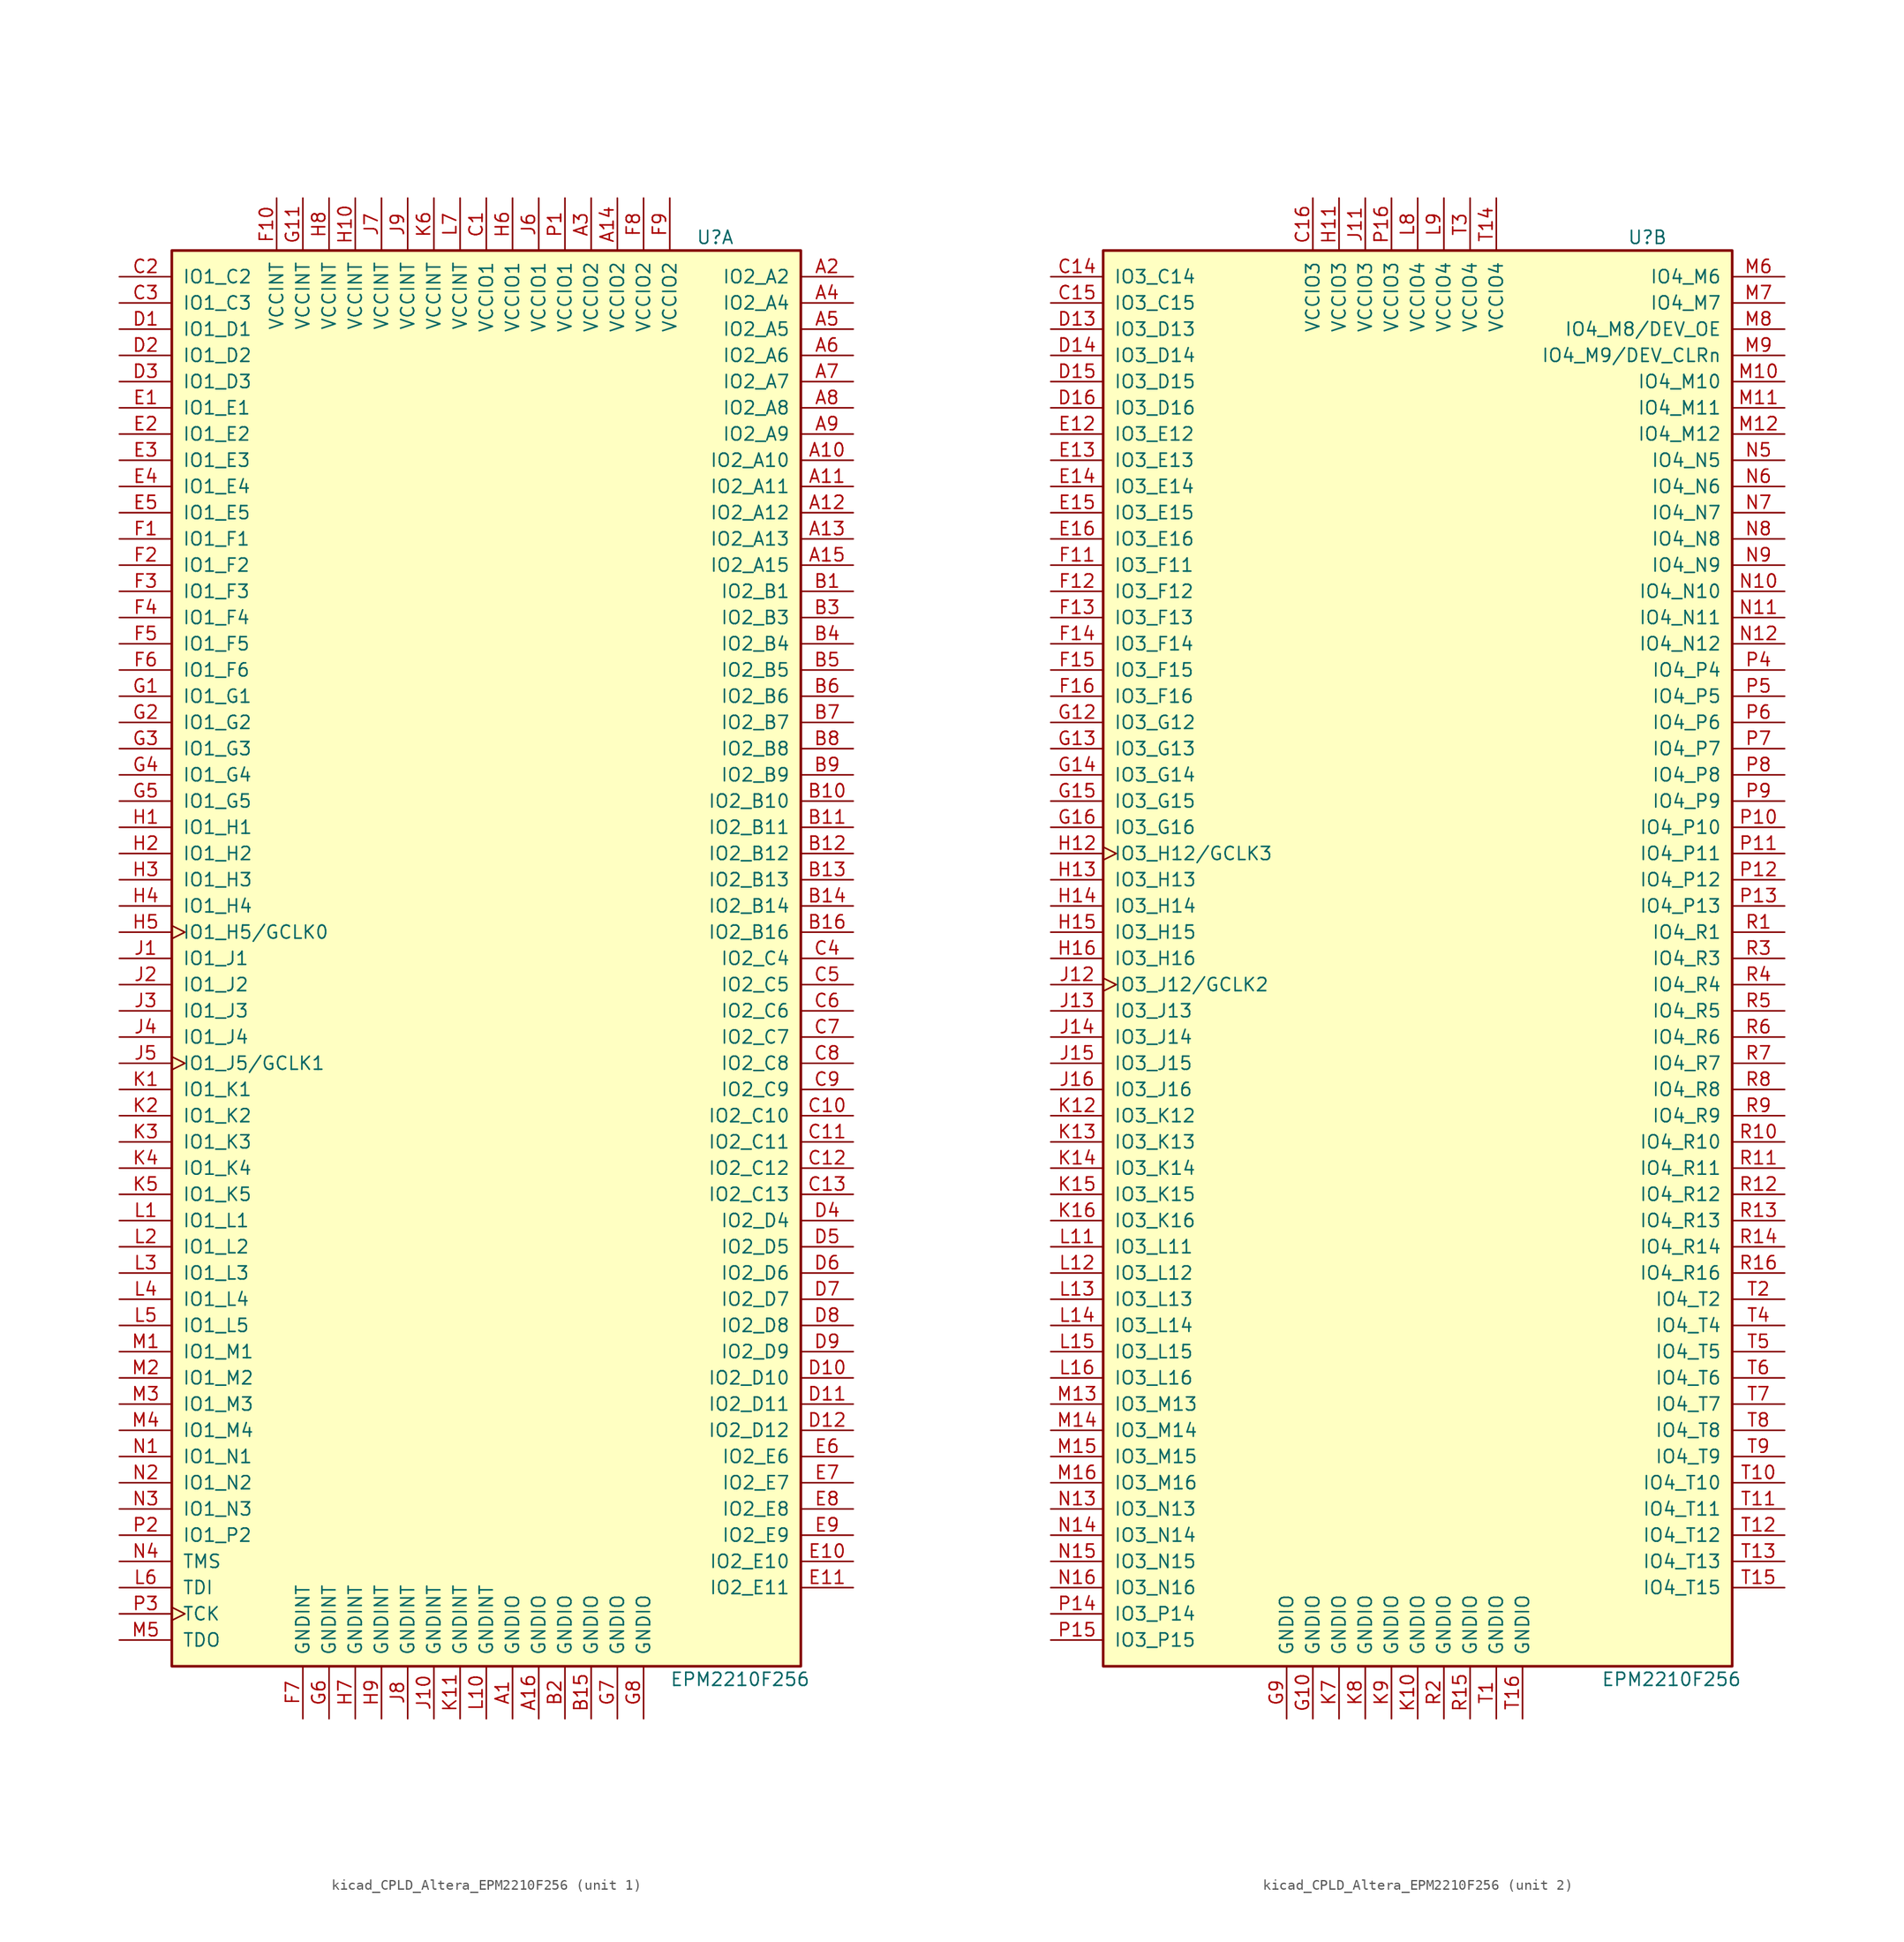
<source format=kicad_sym>
(kicad_symbol_lib
  (version 20220914)
  (generator kicad_symbol_editor)
  (symbol "kicad_CPLD_Altera_EPM2210F256"
    (pin_names
      (offset 1.016))
    (property "Reference" "U"
      (at 20.32 69.85 0)
      (effects (font (size 1.27 1.27)) (justify left)))
    (property "Value" "EPM2210F256"
      (at 17.78 -69.85 0)
      (effects (font (size 1.27 1.27)) (justify left)))
    (property "ki_locked" ""
      (at 0 0 0)
      (effects (font (size 1.27 1.27))))
    (symbol "kicad_CPLD_Altera_EPM2210F256_1_1"
      (rectangle (start -30.48 68.58) (end 30.48 -68.58) (stroke (width 0.254) (type default)) (fill (type background)))
      (pin power_in line (at 2.54 -73.66 90) (length 5.08) (name "GNDIO" (effects (font (size 1.27 1.27)))) (number "A1" (effects (font (size 1.27 1.27)))))
      (pin bidirectional line (at 35.56 48.26 180) (length 5.08) (name "IO2_A10" (effects (font (size 1.27 1.27)))) (number "A10" (effects (font (size 1.27 1.27)))))
      (pin bidirectional line (at 35.56 45.72 180) (length 5.08) (name "IO2_A11" (effects (font (size 1.27 1.27)))) (number "A11" (effects (font (size 1.27 1.27)))))
      (pin bidirectional line (at 35.56 43.18 180) (length 5.08) (name "IO2_A12" (effects (font (size 1.27 1.27)))) (number "A12" (effects (font (size 1.27 1.27)))))
      (pin bidirectional line (at 35.56 40.64 180) (length 5.08) (name "IO2_A13" (effects (font (size 1.27 1.27)))) (number "A13" (effects (font (size 1.27 1.27)))))
      (pin power_in line (at 12.7 73.66 270) (length 5.08) (name "VCCIO2" (effects (font (size 1.27 1.27)))) (number "A14" (effects (font (size 1.27 1.27)))))
      (pin bidirectional line (at 35.56 38.1 180) (length 5.08) (name "IO2_A15" (effects (font (size 1.27 1.27)))) (number "A15" (effects (font (size 1.27 1.27)))))
      (pin power_in line (at 5.08 -73.66 90) (length 5.08) (name "GNDIO" (effects (font (size 1.27 1.27)))) (number "A16" (effects (font (size 1.27 1.27)))))
      (pin bidirectional line (at 35.56 66.04 180) (length 5.08) (name "IO2_A2" (effects (font (size 1.27 1.27)))) (number "A2" (effects (font (size 1.27 1.27)))))
      (pin power_in line (at 10.16 73.66 270) (length 5.08) (name "VCCIO2" (effects (font (size 1.27 1.27)))) (number "A3" (effects (font (size 1.27 1.27)))))
      (pin bidirectional line (at 35.56 63.5 180) (length 5.08) (name "IO2_A4" (effects (font (size 1.27 1.27)))) (number "A4" (effects (font (size 1.27 1.27)))))
      (pin bidirectional line (at 35.56 60.96 180) (length 5.08) (name "IO2_A5" (effects (font (size 1.27 1.27)))) (number "A5" (effects (font (size 1.27 1.27)))))
      (pin bidirectional line (at 35.56 58.42 180) (length 5.08) (name "IO2_A6" (effects (font (size 1.27 1.27)))) (number "A6" (effects (font (size 1.27 1.27)))))
      (pin bidirectional line (at 35.56 55.88 180) (length 5.08) (name "IO2_A7" (effects (font (size 1.27 1.27)))) (number "A7" (effects (font (size 1.27 1.27)))))
      (pin bidirectional line (at 35.56 53.34 180) (length 5.08) (name "IO2_A8" (effects (font (size 1.27 1.27)))) (number "A8" (effects (font (size 1.27 1.27)))))
      (pin bidirectional line (at 35.56 50.8 180) (length 5.08) (name "IO2_A9" (effects (font (size 1.27 1.27)))) (number "A9" (effects (font (size 1.27 1.27)))))
      (pin bidirectional line (at 35.56 35.56 180) (length 5.08) (name "IO2_B1" (effects (font (size 1.27 1.27)))) (number "B1" (effects (font (size 1.27 1.27)))))
      (pin bidirectional line (at 35.56 15.24 180) (length 5.08) (name "IO2_B10" (effects (font (size 1.27 1.27)))) (number "B10" (effects (font (size 1.27 1.27)))))
      (pin bidirectional line (at 35.56 12.7 180) (length 5.08) (name "IO2_B11" (effects (font (size 1.27 1.27)))) (number "B11" (effects (font (size 1.27 1.27)))))
      (pin bidirectional line (at 35.56 10.16 180) (length 5.08) (name "IO2_B12" (effects (font (size 1.27 1.27)))) (number "B12" (effects (font (size 1.27 1.27)))))
      (pin bidirectional line (at 35.56 7.62 180) (length 5.08) (name "IO2_B13" (effects (font (size 1.27 1.27)))) (number "B13" (effects (font (size 1.27 1.27)))))
      (pin bidirectional line (at 35.56 5.08 180) (length 5.08) (name "IO2_B14" (effects (font (size 1.27 1.27)))) (number "B14" (effects (font (size 1.27 1.27)))))
      (pin power_in line (at 10.16 -73.66 90) (length 5.08) (name "GNDIO" (effects (font (size 1.27 1.27)))) (number "B15" (effects (font (size 1.27 1.27)))))
      (pin bidirectional line (at 35.56 2.54 180) (length 5.08) (name "IO2_B16" (effects (font (size 1.27 1.27)))) (number "B16" (effects (font (size 1.27 1.27)))))
      (pin power_in line (at 7.62 -73.66 90) (length 5.08) (name "GNDIO" (effects (font (size 1.27 1.27)))) (number "B2" (effects (font (size 1.27 1.27)))))
      (pin bidirectional line (at 35.56 33.02 180) (length 5.08) (name "IO2_B3" (effects (font (size 1.27 1.27)))) (number "B3" (effects (font (size 1.27 1.27)))))
      (pin bidirectional line (at 35.56 30.48 180) (length 5.08) (name "IO2_B4" (effects (font (size 1.27 1.27)))) (number "B4" (effects (font (size 1.27 1.27)))))
      (pin bidirectional line (at 35.56 27.94 180) (length 5.08) (name "IO2_B5" (effects (font (size 1.27 1.27)))) (number "B5" (effects (font (size 1.27 1.27)))))
      (pin bidirectional line (at 35.56 25.4 180) (length 5.08) (name "IO2_B6" (effects (font (size 1.27 1.27)))) (number "B6" (effects (font (size 1.27 1.27)))))
      (pin bidirectional line (at 35.56 22.86 180) (length 5.08) (name "IO2_B7" (effects (font (size 1.27 1.27)))) (number "B7" (effects (font (size 1.27 1.27)))))
      (pin bidirectional line (at 35.56 20.32 180) (length 5.08) (name "IO2_B8" (effects (font (size 1.27 1.27)))) (number "B8" (effects (font (size 1.27 1.27)))))
      (pin bidirectional line (at 35.56 17.78 180) (length 5.08) (name "IO2_B9" (effects (font (size 1.27 1.27)))) (number "B9" (effects (font (size 1.27 1.27)))))
      (pin power_in line (at 0 73.66 270) (length 5.08) (name "VCCIO1" (effects (font (size 1.27 1.27)))) (number "C1" (effects (font (size 1.27 1.27)))))
      (pin bidirectional line (at 35.56 -15.24 180) (length 5.08) (name "IO2_C10" (effects (font (size 1.27 1.27)))) (number "C10" (effects (font (size 1.27 1.27)))))
      (pin bidirectional line (at 35.56 -17.78 180) (length 5.08) (name "IO2_C11" (effects (font (size 1.27 1.27)))) (number "C11" (effects (font (size 1.27 1.27)))))
      (pin bidirectional line (at 35.56 -20.32 180) (length 5.08) (name "IO2_C12" (effects (font (size 1.27 1.27)))) (number "C12" (effects (font (size 1.27 1.27)))))
      (pin bidirectional line (at 35.56 -22.86 180) (length 5.08) (name "IO2_C13" (effects (font (size 1.27 1.27)))) (number "C13" (effects (font (size 1.27 1.27)))))
      (pin bidirectional line (at -35.56 66.04 0) (length 5.08) (name "IO1_C2" (effects (font (size 1.27 1.27)))) (number "C2" (effects (font (size 1.27 1.27)))))
      (pin bidirectional line (at -35.56 63.5 0) (length 5.08) (name "IO1_C3" (effects (font (size 1.27 1.27)))) (number "C3" (effects (font (size 1.27 1.27)))))
      (pin bidirectional line (at 35.56 0 180) (length 5.08) (name "IO2_C4" (effects (font (size 1.27 1.27)))) (number "C4" (effects (font (size 1.27 1.27)))))
      (pin bidirectional line (at 35.56 -2.54 180) (length 5.08) (name "IO2_C5" (effects (font (size 1.27 1.27)))) (number "C5" (effects (font (size 1.27 1.27)))))
      (pin bidirectional line (at 35.56 -5.08 180) (length 5.08) (name "IO2_C6" (effects (font (size 1.27 1.27)))) (number "C6" (effects (font (size 1.27 1.27)))))
      (pin bidirectional line (at 35.56 -7.62 180) (length 5.08) (name "IO2_C7" (effects (font (size 1.27 1.27)))) (number "C7" (effects (font (size 1.27 1.27)))))
      (pin bidirectional line (at 35.56 -10.16 180) (length 5.08) (name "IO2_C8" (effects (font (size 1.27 1.27)))) (number "C8" (effects (font (size 1.27 1.27)))))
      (pin bidirectional line (at 35.56 -12.7 180) (length 5.08) (name "IO2_C9" (effects (font (size 1.27 1.27)))) (number "C9" (effects (font (size 1.27 1.27)))))
      (pin bidirectional line (at -35.56 60.96 0) (length 5.08) (name "IO1_D1" (effects (font (size 1.27 1.27)))) (number "D1" (effects (font (size 1.27 1.27)))))
      (pin bidirectional line (at 35.56 -40.64 180) (length 5.08) (name "IO2_D10" (effects (font (size 1.27 1.27)))) (number "D10" (effects (font (size 1.27 1.27)))))
      (pin bidirectional line (at 35.56 -43.18 180) (length 5.08) (name "IO2_D11" (effects (font (size 1.27 1.27)))) (number "D11" (effects (font (size 1.27 1.27)))))
      (pin bidirectional line (at 35.56 -45.72 180) (length 5.08) (name "IO2_D12" (effects (font (size 1.27 1.27)))) (number "D12" (effects (font (size 1.27 1.27)))))
      (pin bidirectional line (at -35.56 58.42 0) (length 5.08) (name "IO1_D2" (effects (font (size 1.27 1.27)))) (number "D2" (effects (font (size 1.27 1.27)))))
      (pin bidirectional line (at -35.56 55.88 0) (length 5.08) (name "IO1_D3" (effects (font (size 1.27 1.27)))) (number "D3" (effects (font (size 1.27 1.27)))))
      (pin bidirectional line (at 35.56 -25.4 180) (length 5.08) (name "IO2_D4" (effects (font (size 1.27 1.27)))) (number "D4" (effects (font (size 1.27 1.27)))))
      (pin bidirectional line (at 35.56 -27.94 180) (length 5.08) (name "IO2_D5" (effects (font (size 1.27 1.27)))) (number "D5" (effects (font (size 1.27 1.27)))))
      (pin bidirectional line (at 35.56 -30.48 180) (length 5.08) (name "IO2_D6" (effects (font (size 1.27 1.27)))) (number "D6" (effects (font (size 1.27 1.27)))))
      (pin bidirectional line (at 35.56 -33.02 180) (length 5.08) (name "IO2_D7" (effects (font (size 1.27 1.27)))) (number "D7" (effects (font (size 1.27 1.27)))))
      (pin bidirectional line (at 35.56 -35.56 180) (length 5.08) (name "IO2_D8" (effects (font (size 1.27 1.27)))) (number "D8" (effects (font (size 1.27 1.27)))))
      (pin bidirectional line (at 35.56 -38.1 180) (length 5.08) (name "IO2_D9" (effects (font (size 1.27 1.27)))) (number "D9" (effects (font (size 1.27 1.27)))))
      (pin bidirectional line (at -35.56 53.34 0) (length 5.08) (name "IO1_E1" (effects (font (size 1.27 1.27)))) (number "E1" (effects (font (size 1.27 1.27)))))
      (pin bidirectional line (at 35.56 -58.42 180) (length 5.08) (name "IO2_E10" (effects (font (size 1.27 1.27)))) (number "E10" (effects (font (size 1.27 1.27)))))
      (pin bidirectional line (at 35.56 -60.96 180) (length 5.08) (name "IO2_E11" (effects (font (size 1.27 1.27)))) (number "E11" (effects (font (size 1.27 1.27)))))
      (pin bidirectional line (at -35.56 50.8 0) (length 5.08) (name "IO1_E2" (effects (font (size 1.27 1.27)))) (number "E2" (effects (font (size 1.27 1.27)))))
      (pin bidirectional line (at -35.56 48.26 0) (length 5.08) (name "IO1_E3" (effects (font (size 1.27 1.27)))) (number "E3" (effects (font (size 1.27 1.27)))))
      (pin bidirectional line (at -35.56 45.72 0) (length 5.08) (name "IO1_E4" (effects (font (size 1.27 1.27)))) (number "E4" (effects (font (size 1.27 1.27)))))
      (pin bidirectional line (at -35.56 43.18 0) (length 5.08) (name "IO1_E5" (effects (font (size 1.27 1.27)))) (number "E5" (effects (font (size 1.27 1.27)))))
      (pin bidirectional line (at 35.56 -48.26 180) (length 5.08) (name "IO2_E6" (effects (font (size 1.27 1.27)))) (number "E6" (effects (font (size 1.27 1.27)))))
      (pin bidirectional line (at 35.56 -50.8 180) (length 5.08) (name "IO2_E7" (effects (font (size 1.27 1.27)))) (number "E7" (effects (font (size 1.27 1.27)))))
      (pin bidirectional line (at 35.56 -53.34 180) (length 5.08) (name "IO2_E8" (effects (font (size 1.27 1.27)))) (number "E8" (effects (font (size 1.27 1.27)))))
      (pin bidirectional line (at 35.56 -55.88 180) (length 5.08) (name "IO2_E9" (effects (font (size 1.27 1.27)))) (number "E9" (effects (font (size 1.27 1.27)))))
      (pin bidirectional line (at -35.56 40.64 0) (length 5.08) (name "IO1_F1" (effects (font (size 1.27 1.27)))) (number "F1" (effects (font (size 1.27 1.27)))))
      (pin power_in line (at -20.32 73.66 270) (length 5.08) (name "VCCINT" (effects (font (size 1.27 1.27)))) (number "F10" (effects (font (size 1.27 1.27)))))
      (pin bidirectional line (at -35.56 38.1 0) (length 5.08) (name "IO1_F2" (effects (font (size 1.27 1.27)))) (number "F2" (effects (font (size 1.27 1.27)))))
      (pin bidirectional line (at -35.56 35.56 0) (length 5.08) (name "IO1_F3" (effects (font (size 1.27 1.27)))) (number "F3" (effects (font (size 1.27 1.27)))))
      (pin bidirectional line (at -35.56 33.02 0) (length 5.08) (name "IO1_F4" (effects (font (size 1.27 1.27)))) (number "F4" (effects (font (size 1.27 1.27)))))
      (pin bidirectional line (at -35.56 30.48 0) (length 5.08) (name "IO1_F5" (effects (font (size 1.27 1.27)))) (number "F5" (effects (font (size 1.27 1.27)))))
      (pin bidirectional line (at -35.56 27.94 0) (length 5.08) (name "IO1_F6" (effects (font (size 1.27 1.27)))) (number "F6" (effects (font (size 1.27 1.27)))))
      (pin power_in line (at -17.78 -73.66 90) (length 5.08) (name "GNDINT" (effects (font (size 1.27 1.27)))) (number "F7" (effects (font (size 1.27 1.27)))))
      (pin power_in line (at 15.24 73.66 270) (length 5.08) (name "VCCIO2" (effects (font (size 1.27 1.27)))) (number "F8" (effects (font (size 1.27 1.27)))))
      (pin power_in line (at 17.78 73.66 270) (length 5.08) (name "VCCIO2" (effects (font (size 1.27 1.27)))) (number "F9" (effects (font (size 1.27 1.27)))))
      (pin bidirectional line (at -35.56 25.4 0) (length 5.08) (name "IO1_G1" (effects (font (size 1.27 1.27)))) (number "G1" (effects (font (size 1.27 1.27)))))
      (pin power_in line (at -17.78 73.66 270) (length 5.08) (name "VCCINT" (effects (font (size 1.27 1.27)))) (number "G11" (effects (font (size 1.27 1.27)))))
      (pin bidirectional line (at -35.56 22.86 0) (length 5.08) (name "IO1_G2" (effects (font (size 1.27 1.27)))) (number "G2" (effects (font (size 1.27 1.27)))))
      (pin bidirectional line (at -35.56 20.32 0) (length 5.08) (name "IO1_G3" (effects (font (size 1.27 1.27)))) (number "G3" (effects (font (size 1.27 1.27)))))
      (pin bidirectional line (at -35.56 17.78 0) (length 5.08) (name "IO1_G4" (effects (font (size 1.27 1.27)))) (number "G4" (effects (font (size 1.27 1.27)))))
      (pin bidirectional line (at -35.56 15.24 0) (length 5.08) (name "IO1_G5" (effects (font (size 1.27 1.27)))) (number "G5" (effects (font (size 1.27 1.27)))))
      (pin power_in line (at -15.24 -73.66 90) (length 5.08) (name "GNDINT" (effects (font (size 1.27 1.27)))) (number "G6" (effects (font (size 1.27 1.27)))))
      (pin power_in line (at 12.7 -73.66 90) (length 5.08) (name "GNDIO" (effects (font (size 1.27 1.27)))) (number "G7" (effects (font (size 1.27 1.27)))))
      (pin power_in line (at 15.24 -73.66 90) (length 5.08) (name "GNDIO" (effects (font (size 1.27 1.27)))) (number "G8" (effects (font (size 1.27 1.27)))))
      (pin bidirectional line (at -35.56 12.7 0) (length 5.08) (name "IO1_H1" (effects (font (size 1.27 1.27)))) (number "H1" (effects (font (size 1.27 1.27)))))
      (pin power_in line (at -12.7 73.66 270) (length 5.08) (name "VCCINT" (effects (font (size 1.27 1.27)))) (number "H10" (effects (font (size 1.27 1.27)))))
      (pin bidirectional line (at -35.56 10.16 0) (length 5.08) (name "IO1_H2" (effects (font (size 1.27 1.27)))) (number "H2" (effects (font (size 1.27 1.27)))))
      (pin bidirectional line (at -35.56 7.62 0) (length 5.08) (name "IO1_H3" (effects (font (size 1.27 1.27)))) (number "H3" (effects (font (size 1.27 1.27)))))
      (pin bidirectional line (at -35.56 5.08 0) (length 5.08) (name "IO1_H4" (effects (font (size 1.27 1.27)))) (number "H4" (effects (font (size 1.27 1.27)))))
      (pin bidirectional clock (at -35.56 2.54 0) (length 5.08) (name "IO1_H5/GCLK0" (effects (font (size 1.27 1.27)))) (number "H5" (effects (font (size 1.27 1.27)))))
      (pin power_in line (at 2.54 73.66 270) (length 5.08) (name "VCCIO1" (effects (font (size 1.27 1.27)))) (number "H6" (effects (font (size 1.27 1.27)))))
      (pin power_in line (at -12.7 -73.66 90) (length 5.08) (name "GNDINT" (effects (font (size 1.27 1.27)))) (number "H7" (effects (font (size 1.27 1.27)))))
      (pin power_in line (at -15.24 73.66 270) (length 5.08) (name "VCCINT" (effects (font (size 1.27 1.27)))) (number "H8" (effects (font (size 1.27 1.27)))))
      (pin power_in line (at -10.16 -73.66 90) (length 5.08) (name "GNDINT" (effects (font (size 1.27 1.27)))) (number "H9" (effects (font (size 1.27 1.27)))))
      (pin bidirectional line (at -35.56 0 0) (length 5.08) (name "IO1_J1" (effects (font (size 1.27 1.27)))) (number "J1" (effects (font (size 1.27 1.27)))))
      (pin power_in line (at -5.08 -73.66 90) (length 5.08) (name "GNDINT" (effects (font (size 1.27 1.27)))) (number "J10" (effects (font (size 1.27 1.27)))))
      (pin bidirectional line (at -35.56 -2.54 0) (length 5.08) (name "IO1_J2" (effects (font (size 1.27 1.27)))) (number "J2" (effects (font (size 1.27 1.27)))))
      (pin bidirectional line (at -35.56 -5.08 0) (length 5.08) (name "IO1_J3" (effects (font (size 1.27 1.27)))) (number "J3" (effects (font (size 1.27 1.27)))))
      (pin bidirectional line (at -35.56 -7.62 0) (length 5.08) (name "IO1_J4" (effects (font (size 1.27 1.27)))) (number "J4" (effects (font (size 1.27 1.27)))))
      (pin bidirectional clock (at -35.56 -10.16 0) (length 5.08) (name "IO1_J5/GCLK1" (effects (font (size 1.27 1.27)))) (number "J5" (effects (font (size 1.27 1.27)))))
      (pin power_in line (at 5.08 73.66 270) (length 5.08) (name "VCCIO1" (effects (font (size 1.27 1.27)))) (number "J6" (effects (font (size 1.27 1.27)))))
      (pin power_in line (at -10.16 73.66 270) (length 5.08) (name "VCCINT" (effects (font (size 1.27 1.27)))) (number "J7" (effects (font (size 1.27 1.27)))))
      (pin power_in line (at -7.62 -73.66 90) (length 5.08) (name "GNDINT" (effects (font (size 1.27 1.27)))) (number "J8" (effects (font (size 1.27 1.27)))))
      (pin power_in line (at -7.62 73.66 270) (length 5.08) (name "VCCINT" (effects (font (size 1.27 1.27)))) (number "J9" (effects (font (size 1.27 1.27)))))
      (pin bidirectional line (at -35.56 -12.7 0) (length 5.08) (name "IO1_K1" (effects (font (size 1.27 1.27)))) (number "K1" (effects (font (size 1.27 1.27)))))
      (pin power_in line (at -2.54 -73.66 90) (length 5.08) (name "GNDINT" (effects (font (size 1.27 1.27)))) (number "K11" (effects (font (size 1.27 1.27)))))
      (pin bidirectional line (at -35.56 -15.24 0) (length 5.08) (name "IO1_K2" (effects (font (size 1.27 1.27)))) (number "K2" (effects (font (size 1.27 1.27)))))
      (pin bidirectional line (at -35.56 -17.78 0) (length 5.08) (name "IO1_K3" (effects (font (size 1.27 1.27)))) (number "K3" (effects (font (size 1.27 1.27)))))
      (pin bidirectional line (at -35.56 -20.32 0) (length 5.08) (name "IO1_K4" (effects (font (size 1.27 1.27)))) (number "K4" (effects (font (size 1.27 1.27)))))
      (pin bidirectional line (at -35.56 -22.86 0) (length 5.08) (name "IO1_K5" (effects (font (size 1.27 1.27)))) (number "K5" (effects (font (size 1.27 1.27)))))
      (pin power_in line (at -5.08 73.66 270) (length 5.08) (name "VCCINT" (effects (font (size 1.27 1.27)))) (number "K6" (effects (font (size 1.27 1.27)))))
      (pin bidirectional line (at -35.56 -25.4 0) (length 5.08) (name "IO1_L1" (effects (font (size 1.27 1.27)))) (number "L1" (effects (font (size 1.27 1.27)))))
      (pin power_in line (at 0 -73.66 90) (length 5.08) (name "GNDINT" (effects (font (size 1.27 1.27)))) (number "L10" (effects (font (size 1.27 1.27)))))
      (pin bidirectional line (at -35.56 -27.94 0) (length 5.08) (name "IO1_L2" (effects (font (size 1.27 1.27)))) (number "L2" (effects (font (size 1.27 1.27)))))
      (pin bidirectional line (at -35.56 -30.48 0) (length 5.08) (name "IO1_L3" (effects (font (size 1.27 1.27)))) (number "L3" (effects (font (size 1.27 1.27)))))
      (pin bidirectional line (at -35.56 -33.02 0) (length 5.08) (name "IO1_L4" (effects (font (size 1.27 1.27)))) (number "L4" (effects (font (size 1.27 1.27)))))
      (pin bidirectional line (at -35.56 -35.56 0) (length 5.08) (name "IO1_L5" (effects (font (size 1.27 1.27)))) (number "L5" (effects (font (size 1.27 1.27)))))
      (pin input line (at -35.56 -60.96 0) (length 5.08) (name "TDI" (effects (font (size 1.27 1.27)))) (number "L6" (effects (font (size 1.27 1.27)))))
      (pin power_in line (at -2.54 73.66 270) (length 5.08) (name "VCCINT" (effects (font (size 1.27 1.27)))) (number "L7" (effects (font (size 1.27 1.27)))))
      (pin bidirectional line (at -35.56 -38.1 0) (length 5.08) (name "IO1_M1" (effects (font (size 1.27 1.27)))) (number "M1" (effects (font (size 1.27 1.27)))))
      (pin bidirectional line (at -35.56 -40.64 0) (length 5.08) (name "IO1_M2" (effects (font (size 1.27 1.27)))) (number "M2" (effects (font (size 1.27 1.27)))))
      (pin bidirectional line (at -35.56 -43.18 0) (length 5.08) (name "IO1_M3" (effects (font (size 1.27 1.27)))) (number "M3" (effects (font (size 1.27 1.27)))))
      (pin bidirectional line (at -35.56 -45.72 0) (length 5.08) (name "IO1_M4" (effects (font (size 1.27 1.27)))) (number "M4" (effects (font (size 1.27 1.27)))))
      (pin output line (at -35.56 -66.04 0) (length 5.08) (name "TDO" (effects (font (size 1.27 1.27)))) (number "M5" (effects (font (size 1.27 1.27)))))
      (pin bidirectional line (at -35.56 -48.26 0) (length 5.08) (name "IO1_N1" (effects (font (size 1.27 1.27)))) (number "N1" (effects (font (size 1.27 1.27)))))
      (pin bidirectional line (at -35.56 -50.8 0) (length 5.08) (name "IO1_N2" (effects (font (size 1.27 1.27)))) (number "N2" (effects (font (size 1.27 1.27)))))
      (pin bidirectional line (at -35.56 -53.34 0) (length 5.08) (name "IO1_N3" (effects (font (size 1.27 1.27)))) (number "N3" (effects (font (size 1.27 1.27)))))
      (pin input line (at -35.56 -58.42 0) (length 5.08) (name "TMS" (effects (font (size 1.27 1.27)))) (number "N4" (effects (font (size 1.27 1.27)))))
      (pin power_in line (at 7.62 73.66 270) (length 5.08) (name "VCCIO1" (effects (font (size 1.27 1.27)))) (number "P1" (effects (font (size 1.27 1.27)))))
      (pin bidirectional line (at -35.56 -55.88 0) (length 5.08) (name "IO1_P2" (effects (font (size 1.27 1.27)))) (number "P2" (effects (font (size 1.27 1.27)))))
      (pin input clock (at -35.56 -63.5 0) (length 5.08) (name "TCK" (effects (font (size 1.27 1.27)))) (number "P3" (effects (font (size 1.27 1.27))))))
    (symbol "kicad_CPLD_Altera_EPM2210F256_2_1"
      (rectangle (start -30.48 68.58) (end 30.48 -68.58) (stroke (width 0.254) (type default)) (fill (type background)))
      (pin bidirectional line (at -35.56 66.04 0) (length 5.08) (name "IO3_C14" (effects (font (size 1.27 1.27)))) (number "C14" (effects (font (size 1.27 1.27)))))
      (pin bidirectional line (at -35.56 63.5 0) (length 5.08) (name "IO3_C15" (effects (font (size 1.27 1.27)))) (number "C15" (effects (font (size 1.27 1.27)))))
      (pin power_in line (at -10.16 73.66 270) (length 5.08) (name "VCCIO3" (effects (font (size 1.27 1.27)))) (number "C16" (effects (font (size 1.27 1.27)))))
      (pin bidirectional line (at -35.56 60.96 0) (length 5.08) (name "IO3_D13" (effects (font (size 1.27 1.27)))) (number "D13" (effects (font (size 1.27 1.27)))))
      (pin bidirectional line (at -35.56 58.42 0) (length 5.08) (name "IO3_D14" (effects (font (size 1.27 1.27)))) (number "D14" (effects (font (size 1.27 1.27)))))
      (pin bidirectional line (at -35.56 55.88 0) (length 5.08) (name "IO3_D15" (effects (font (size 1.27 1.27)))) (number "D15" (effects (font (size 1.27 1.27)))))
      (pin bidirectional line (at -35.56 53.34 0) (length 5.08) (name "IO3_D16" (effects (font (size 1.27 1.27)))) (number "D16" (effects (font (size 1.27 1.27)))))
      (pin bidirectional line (at -35.56 50.8 0) (length 5.08) (name "IO3_E12" (effects (font (size 1.27 1.27)))) (number "E12" (effects (font (size 1.27 1.27)))))
      (pin bidirectional line (at -35.56 48.26 0) (length 5.08) (name "IO3_E13" (effects (font (size 1.27 1.27)))) (number "E13" (effects (font (size 1.27 1.27)))))
      (pin bidirectional line (at -35.56 45.72 0) (length 5.08) (name "IO3_E14" (effects (font (size 1.27 1.27)))) (number "E14" (effects (font (size 1.27 1.27)))))
      (pin bidirectional line (at -35.56 43.18 0) (length 5.08) (name "IO3_E15" (effects (font (size 1.27 1.27)))) (number "E15" (effects (font (size 1.27 1.27)))))
      (pin bidirectional line (at -35.56 40.64 0) (length 5.08) (name "IO3_E16" (effects (font (size 1.27 1.27)))) (number "E16" (effects (font (size 1.27 1.27)))))
      (pin bidirectional line (at -35.56 38.1 0) (length 5.08) (name "IO3_F11" (effects (font (size 1.27 1.27)))) (number "F11" (effects (font (size 1.27 1.27)))))
      (pin bidirectional line (at -35.56 35.56 0) (length 5.08) (name "IO3_F12" (effects (font (size 1.27 1.27)))) (number "F12" (effects (font (size 1.27 1.27)))))
      (pin bidirectional line (at -35.56 33.02 0) (length 5.08) (name "IO3_F13" (effects (font (size 1.27 1.27)))) (number "F13" (effects (font (size 1.27 1.27)))))
      (pin bidirectional line (at -35.56 30.48 0) (length 5.08) (name "IO3_F14" (effects (font (size 1.27 1.27)))) (number "F14" (effects (font (size 1.27 1.27)))))
      (pin bidirectional line (at -35.56 27.94 0) (length 5.08) (name "IO3_F15" (effects (font (size 1.27 1.27)))) (number "F15" (effects (font (size 1.27 1.27)))))
      (pin bidirectional line (at -35.56 25.4 0) (length 5.08) (name "IO3_F16" (effects (font (size 1.27 1.27)))) (number "F16" (effects (font (size 1.27 1.27)))))
      (pin power_in line (at -10.16 -73.66 90) (length 5.08) (name "GNDIO" (effects (font (size 1.27 1.27)))) (number "G10" (effects (font (size 1.27 1.27)))))
      (pin bidirectional line (at -35.56 22.86 0) (length 5.08) (name "IO3_G12" (effects (font (size 1.27 1.27)))) (number "G12" (effects (font (size 1.27 1.27)))))
      (pin bidirectional line (at -35.56 20.32 0) (length 5.08) (name "IO3_G13" (effects (font (size 1.27 1.27)))) (number "G13" (effects (font (size 1.27 1.27)))))
      (pin bidirectional line (at -35.56 17.78 0) (length 5.08) (name "IO3_G14" (effects (font (size 1.27 1.27)))) (number "G14" (effects (font (size 1.27 1.27)))))
      (pin bidirectional line (at -35.56 15.24 0) (length 5.08) (name "IO3_G15" (effects (font (size 1.27 1.27)))) (number "G15" (effects (font (size 1.27 1.27)))))
      (pin bidirectional line (at -35.56 12.7 0) (length 5.08) (name "IO3_G16" (effects (font (size 1.27 1.27)))) (number "G16" (effects (font (size 1.27 1.27)))))
      (pin power_in line (at -12.7 -73.66 90) (length 5.08) (name "GNDIO" (effects (font (size 1.27 1.27)))) (number "G9" (effects (font (size 1.27 1.27)))))
      (pin power_in line (at -7.62 73.66 270) (length 5.08) (name "VCCIO3" (effects (font (size 1.27 1.27)))) (number "H11" (effects (font (size 1.27 1.27)))))
      (pin bidirectional clock (at -35.56 10.16 0) (length 5.08) (name "IO3_H12/GCLK3" (effects (font (size 1.27 1.27)))) (number "H12" (effects (font (size 1.27 1.27)))))
      (pin bidirectional line (at -35.56 7.62 0) (length 5.08) (name "IO3_H13" (effects (font (size 1.27 1.27)))) (number "H13" (effects (font (size 1.27 1.27)))))
      (pin bidirectional line (at -35.56 5.08 0) (length 5.08) (name "IO3_H14" (effects (font (size 1.27 1.27)))) (number "H14" (effects (font (size 1.27 1.27)))))
      (pin bidirectional line (at -35.56 2.54 0) (length 5.08) (name "IO3_H15" (effects (font (size 1.27 1.27)))) (number "H15" (effects (font (size 1.27 1.27)))))
      (pin bidirectional line (at -35.56 0 0) (length 5.08) (name "IO3_H16" (effects (font (size 1.27 1.27)))) (number "H16" (effects (font (size 1.27 1.27)))))
      (pin power_in line (at -5.08 73.66 270) (length 5.08) (name "VCCIO3" (effects (font (size 1.27 1.27)))) (number "J11" (effects (font (size 1.27 1.27)))))
      (pin bidirectional clock (at -35.56 -2.54 0) (length 5.08) (name "IO3_J12/GCLK2" (effects (font (size 1.27 1.27)))) (number "J12" (effects (font (size 1.27 1.27)))))
      (pin bidirectional line (at -35.56 -5.08 0) (length 5.08) (name "IO3_J13" (effects (font (size 1.27 1.27)))) (number "J13" (effects (font (size 1.27 1.27)))))
      (pin bidirectional line (at -35.56 -7.62 0) (length 5.08) (name "IO3_J14" (effects (font (size 1.27 1.27)))) (number "J14" (effects (font (size 1.27 1.27)))))
      (pin bidirectional line (at -35.56 -10.16 0) (length 5.08) (name "IO3_J15" (effects (font (size 1.27 1.27)))) (number "J15" (effects (font (size 1.27 1.27)))))
      (pin bidirectional line (at -35.56 -12.7 0) (length 5.08) (name "IO3_J16" (effects (font (size 1.27 1.27)))) (number "J16" (effects (font (size 1.27 1.27)))))
      (pin power_in line (at 0 -73.66 90) (length 5.08) (name "GNDIO" (effects (font (size 1.27 1.27)))) (number "K10" (effects (font (size 1.27 1.27)))))
      (pin bidirectional line (at -35.56 -15.24 0) (length 5.08) (name "IO3_K12" (effects (font (size 1.27 1.27)))) (number "K12" (effects (font (size 1.27 1.27)))))
      (pin bidirectional line (at -35.56 -17.78 0) (length 5.08) (name "IO3_K13" (effects (font (size 1.27 1.27)))) (number "K13" (effects (font (size 1.27 1.27)))))
      (pin bidirectional line (at -35.56 -20.32 0) (length 5.08) (name "IO3_K14" (effects (font (size 1.27 1.27)))) (number "K14" (effects (font (size 1.27 1.27)))))
      (pin bidirectional line (at -35.56 -22.86 0) (length 5.08) (name "IO3_K15" (effects (font (size 1.27 1.27)))) (number "K15" (effects (font (size 1.27 1.27)))))
      (pin bidirectional line (at -35.56 -25.4 0) (length 5.08) (name "IO3_K16" (effects (font (size 1.27 1.27)))) (number "K16" (effects (font (size 1.27 1.27)))))
      (pin power_in line (at -7.62 -73.66 90) (length 5.08) (name "GNDIO" (effects (font (size 1.27 1.27)))) (number "K7" (effects (font (size 1.27 1.27)))))
      (pin power_in line (at -5.08 -73.66 90) (length 5.08) (name "GNDIO" (effects (font (size 1.27 1.27)))) (number "K8" (effects (font (size 1.27 1.27)))))
      (pin power_in line (at -2.54 -73.66 90) (length 5.08) (name "GNDIO" (effects (font (size 1.27 1.27)))) (number "K9" (effects (font (size 1.27 1.27)))))
      (pin bidirectional line (at -35.56 -27.94 0) (length 5.08) (name "IO3_L11" (effects (font (size 1.27 1.27)))) (number "L11" (effects (font (size 1.27 1.27)))))
      (pin bidirectional line (at -35.56 -30.48 0) (length 5.08) (name "IO3_L12" (effects (font (size 1.27 1.27)))) (number "L12" (effects (font (size 1.27 1.27)))))
      (pin bidirectional line (at -35.56 -33.02 0) (length 5.08) (name "IO3_L13" (effects (font (size 1.27 1.27)))) (number "L13" (effects (font (size 1.27 1.27)))))
      (pin bidirectional line (at -35.56 -35.56 0) (length 5.08) (name "IO3_L14" (effects (font (size 1.27 1.27)))) (number "L14" (effects (font (size 1.27 1.27)))))
      (pin bidirectional line (at -35.56 -38.1 0) (length 5.08) (name "IO3_L15" (effects (font (size 1.27 1.27)))) (number "L15" (effects (font (size 1.27 1.27)))))
      (pin bidirectional line (at -35.56 -40.64 0) (length 5.08) (name "IO3_L16" (effects (font (size 1.27 1.27)))) (number "L16" (effects (font (size 1.27 1.27)))))
      (pin power_in line (at 0 73.66 270) (length 5.08) (name "VCCIO4" (effects (font (size 1.27 1.27)))) (number "L8" (effects (font (size 1.27 1.27)))))
      (pin power_in line (at 2.54 73.66 270) (length 5.08) (name "VCCIO4" (effects (font (size 1.27 1.27)))) (number "L9" (effects (font (size 1.27 1.27)))))
      (pin bidirectional line (at 35.56 55.88 180) (length 5.08) (name "IO4_M10" (effects (font (size 1.27 1.27)))) (number "M10" (effects (font (size 1.27 1.27)))))
      (pin bidirectional line (at 35.56 53.34 180) (length 5.08) (name "IO4_M11" (effects (font (size 1.27 1.27)))) (number "M11" (effects (font (size 1.27 1.27)))))
      (pin bidirectional line (at 35.56 50.8 180) (length 5.08) (name "IO4_M12" (effects (font (size 1.27 1.27)))) (number "M12" (effects (font (size 1.27 1.27)))))
      (pin bidirectional line (at -35.56 -43.18 0) (length 5.08) (name "IO3_M13" (effects (font (size 1.27 1.27)))) (number "M13" (effects (font (size 1.27 1.27)))))
      (pin bidirectional line (at -35.56 -45.72 0) (length 5.08) (name "IO3_M14" (effects (font (size 1.27 1.27)))) (number "M14" (effects (font (size 1.27 1.27)))))
      (pin bidirectional line (at -35.56 -48.26 0) (length 5.08) (name "IO3_M15" (effects (font (size 1.27 1.27)))) (number "M15" (effects (font (size 1.27 1.27)))))
      (pin bidirectional line (at -35.56 -50.8 0) (length 5.08) (name "IO3_M16" (effects (font (size 1.27 1.27)))) (number "M16" (effects (font (size 1.27 1.27)))))
      (pin bidirectional line (at 35.56 66.04 180) (length 5.08) (name "IO4_M6" (effects (font (size 1.27 1.27)))) (number "M6" (effects (font (size 1.27 1.27)))))
      (pin bidirectional line (at 35.56 63.5 180) (length 5.08) (name "IO4_M7" (effects (font (size 1.27 1.27)))) (number "M7" (effects (font (size 1.27 1.27)))))
      (pin bidirectional line (at 35.56 60.96 180) (length 5.08) (name "IO4_M8/DEV_OE" (effects (font (size 1.27 1.27)))) (number "M8" (effects (font (size 1.27 1.27)))))
      (pin bidirectional line (at 35.56 58.42 180) (length 5.08) (name "IO4_M9/DEV_CLRn" (effects (font (size 1.27 1.27)))) (number "M9" (effects (font (size 1.27 1.27)))))
      (pin bidirectional line (at 35.56 35.56 180) (length 5.08) (name "IO4_N10" (effects (font (size 1.27 1.27)))) (number "N10" (effects (font (size 1.27 1.27)))))
      (pin bidirectional line (at 35.56 33.02 180) (length 5.08) (name "IO4_N11" (effects (font (size 1.27 1.27)))) (number "N11" (effects (font (size 1.27 1.27)))))
      (pin bidirectional line (at 35.56 30.48 180) (length 5.08) (name "IO4_N12" (effects (font (size 1.27 1.27)))) (number "N12" (effects (font (size 1.27 1.27)))))
      (pin bidirectional line (at -35.56 -53.34 0) (length 5.08) (name "IO3_N13" (effects (font (size 1.27 1.27)))) (number "N13" (effects (font (size 1.27 1.27)))))
      (pin bidirectional line (at -35.56 -55.88 0) (length 5.08) (name "IO3_N14" (effects (font (size 1.27 1.27)))) (number "N14" (effects (font (size 1.27 1.27)))))
      (pin bidirectional line (at -35.56 -58.42 0) (length 5.08) (name "IO3_N15" (effects (font (size 1.27 1.27)))) (number "N15" (effects (font (size 1.27 1.27)))))
      (pin bidirectional line (at -35.56 -60.96 0) (length 5.08) (name "IO3_N16" (effects (font (size 1.27 1.27)))) (number "N16" (effects (font (size 1.27 1.27)))))
      (pin bidirectional line (at 35.56 48.26 180) (length 5.08) (name "IO4_N5" (effects (font (size 1.27 1.27)))) (number "N5" (effects (font (size 1.27 1.27)))))
      (pin bidirectional line (at 35.56 45.72 180) (length 5.08) (name "IO4_N6" (effects (font (size 1.27 1.27)))) (number "N6" (effects (font (size 1.27 1.27)))))
      (pin bidirectional line (at 35.56 43.18 180) (length 5.08) (name "IO4_N7" (effects (font (size 1.27 1.27)))) (number "N7" (effects (font (size 1.27 1.27)))))
      (pin bidirectional line (at 35.56 40.64 180) (length 5.08) (name "IO4_N8" (effects (font (size 1.27 1.27)))) (number "N8" (effects (font (size 1.27 1.27)))))
      (pin bidirectional line (at 35.56 38.1 180) (length 5.08) (name "IO4_N9" (effects (font (size 1.27 1.27)))) (number "N9" (effects (font (size 1.27 1.27)))))
      (pin bidirectional line (at 35.56 12.7 180) (length 5.08) (name "IO4_P10" (effects (font (size 1.27 1.27)))) (number "P10" (effects (font (size 1.27 1.27)))))
      (pin bidirectional line (at 35.56 10.16 180) (length 5.08) (name "IO4_P11" (effects (font (size 1.27 1.27)))) (number "P11" (effects (font (size 1.27 1.27)))))
      (pin bidirectional line (at 35.56 7.62 180) (length 5.08) (name "IO4_P12" (effects (font (size 1.27 1.27)))) (number "P12" (effects (font (size 1.27 1.27)))))
      (pin bidirectional line (at 35.56 5.08 180) (length 5.08) (name "IO4_P13" (effects (font (size 1.27 1.27)))) (number "P13" (effects (font (size 1.27 1.27)))))
      (pin bidirectional line (at -35.56 -63.5 0) (length 5.08) (name "IO3_P14" (effects (font (size 1.27 1.27)))) (number "P14" (effects (font (size 1.27 1.27)))))
      (pin bidirectional line (at -35.56 -66.04 0) (length 5.08) (name "IO3_P15" (effects (font (size 1.27 1.27)))) (number "P15" (effects (font (size 1.27 1.27)))))
      (pin power_in line (at -2.54 73.66 270) (length 5.08) (name "VCCIO3" (effects (font (size 1.27 1.27)))) (number "P16" (effects (font (size 1.27 1.27)))))
      (pin bidirectional line (at 35.56 27.94 180) (length 5.08) (name "IO4_P4" (effects (font (size 1.27 1.27)))) (number "P4" (effects (font (size 1.27 1.27)))))
      (pin bidirectional line (at 35.56 25.4 180) (length 5.08) (name "IO4_P5" (effects (font (size 1.27 1.27)))) (number "P5" (effects (font (size 1.27 1.27)))))
      (pin bidirectional line (at 35.56 22.86 180) (length 5.08) (name "IO4_P6" (effects (font (size 1.27 1.27)))) (number "P6" (effects (font (size 1.27 1.27)))))
      (pin bidirectional line (at 35.56 20.32 180) (length 5.08) (name "IO4_P7" (effects (font (size 1.27 1.27)))) (number "P7" (effects (font (size 1.27 1.27)))))
      (pin bidirectional line (at 35.56 17.78 180) (length 5.08) (name "IO4_P8" (effects (font (size 1.27 1.27)))) (number "P8" (effects (font (size 1.27 1.27)))))
      (pin bidirectional line (at 35.56 15.24 180) (length 5.08) (name "IO4_P9" (effects (font (size 1.27 1.27)))) (number "P9" (effects (font (size 1.27 1.27)))))
      (pin bidirectional line (at 35.56 2.54 180) (length 5.08) (name "IO4_R1" (effects (font (size 1.27 1.27)))) (number "R1" (effects (font (size 1.27 1.27)))))
      (pin bidirectional line (at 35.56 -17.78 180) (length 5.08) (name "IO4_R10" (effects (font (size 1.27 1.27)))) (number "R10" (effects (font (size 1.27 1.27)))))
      (pin bidirectional line (at 35.56 -20.32 180) (length 5.08) (name "IO4_R11" (effects (font (size 1.27 1.27)))) (number "R11" (effects (font (size 1.27 1.27)))))
      (pin bidirectional line (at 35.56 -22.86 180) (length 5.08) (name "IO4_R12" (effects (font (size 1.27 1.27)))) (number "R12" (effects (font (size 1.27 1.27)))))
      (pin bidirectional line (at 35.56 -25.4 180) (length 5.08) (name "IO4_R13" (effects (font (size 1.27 1.27)))) (number "R13" (effects (font (size 1.27 1.27)))))
      (pin bidirectional line (at 35.56 -27.94 180) (length 5.08) (name "IO4_R14" (effects (font (size 1.27 1.27)))) (number "R14" (effects (font (size 1.27 1.27)))))
      (pin power_in line (at 5.08 -73.66 90) (length 5.08) (name "GNDIO" (effects (font (size 1.27 1.27)))) (number "R15" (effects (font (size 1.27 1.27)))))
      (pin bidirectional line (at 35.56 -30.48 180) (length 5.08) (name "IO4_R16" (effects (font (size 1.27 1.27)))) (number "R16" (effects (font (size 1.27 1.27)))))
      (pin power_in line (at 2.54 -73.66 90) (length 5.08) (name "GNDIO" (effects (font (size 1.27 1.27)))) (number "R2" (effects (font (size 1.27 1.27)))))
      (pin bidirectional line (at 35.56 0 180) (length 5.08) (name "IO4_R3" (effects (font (size 1.27 1.27)))) (number "R3" (effects (font (size 1.27 1.27)))))
      (pin bidirectional line (at 35.56 -2.54 180) (length 5.08) (name "IO4_R4" (effects (font (size 1.27 1.27)))) (number "R4" (effects (font (size 1.27 1.27)))))
      (pin bidirectional line (at 35.56 -5.08 180) (length 5.08) (name "IO4_R5" (effects (font (size 1.27 1.27)))) (number "R5" (effects (font (size 1.27 1.27)))))
      (pin bidirectional line (at 35.56 -7.62 180) (length 5.08) (name "IO4_R6" (effects (font (size 1.27 1.27)))) (number "R6" (effects (font (size 1.27 1.27)))))
      (pin bidirectional line (at 35.56 -10.16 180) (length 5.08) (name "IO4_R7" (effects (font (size 1.27 1.27)))) (number "R7" (effects (font (size 1.27 1.27)))))
      (pin bidirectional line (at 35.56 -12.7 180) (length 5.08) (name "IO4_R8" (effects (font (size 1.27 1.27)))) (number "R8" (effects (font (size 1.27 1.27)))))
      (pin bidirectional line (at 35.56 -15.24 180) (length 5.08) (name "IO4_R9" (effects (font (size 1.27 1.27)))) (number "R9" (effects (font (size 1.27 1.27)))))
      (pin power_in line (at 7.62 -73.66 90) (length 5.08) (name "GNDIO" (effects (font (size 1.27 1.27)))) (number "T1" (effects (font (size 1.27 1.27)))))
      (pin bidirectional line (at 35.56 -50.8 180) (length 5.08) (name "IO4_T10" (effects (font (size 1.27 1.27)))) (number "T10" (effects (font (size 1.27 1.27)))))
      (pin bidirectional line (at 35.56 -53.34 180) (length 5.08) (name "IO4_T11" (effects (font (size 1.27 1.27)))) (number "T11" (effects (font (size 1.27 1.27)))))
      (pin bidirectional line (at 35.56 -55.88 180) (length 5.08) (name "IO4_T12" (effects (font (size 1.27 1.27)))) (number "T12" (effects (font (size 1.27 1.27)))))
      (pin bidirectional line (at 35.56 -58.42 180) (length 5.08) (name "IO4_T13" (effects (font (size 1.27 1.27)))) (number "T13" (effects (font (size 1.27 1.27)))))
      (pin power_in line (at 7.62 73.66 270) (length 5.08) (name "VCCIO4" (effects (font (size 1.27 1.27)))) (number "T14" (effects (font (size 1.27 1.27)))))
      (pin bidirectional line (at 35.56 -60.96 180) (length 5.08) (name "IO4_T15" (effects (font (size 1.27 1.27)))) (number "T15" (effects (font (size 1.27 1.27)))))
      (pin power_in line (at 10.16 -73.66 90) (length 5.08) (name "GNDIO" (effects (font (size 1.27 1.27)))) (number "T16" (effects (font (size 1.27 1.27)))))
      (pin bidirectional line (at 35.56 -33.02 180) (length 5.08) (name "IO4_T2" (effects (font (size 1.27 1.27)))) (number "T2" (effects (font (size 1.27 1.27)))))
      (pin power_in line (at 5.08 73.66 270) (length 5.08) (name "VCCIO4" (effects (font (size 1.27 1.27)))) (number "T3" (effects (font (size 1.27 1.27)))))
      (pin bidirectional line (at 35.56 -35.56 180) (length 5.08) (name "IO4_T4" (effects (font (size 1.27 1.27)))) (number "T4" (effects (font (size 1.27 1.27)))))
      (pin bidirectional line (at 35.56 -38.1 180) (length 5.08) (name "IO4_T5" (effects (font (size 1.27 1.27)))) (number "T5" (effects (font (size 1.27 1.27)))))
      (pin bidirectional line (at 35.56 -40.64 180) (length 5.08) (name "IO4_T6" (effects (font (size 1.27 1.27)))) (number "T6" (effects (font (size 1.27 1.27)))))
      (pin bidirectional line (at 35.56 -43.18 180) (length 5.08) (name "IO4_T7" (effects (font (size 1.27 1.27)))) (number "T7" (effects (font (size 1.27 1.27)))))
      (pin bidirectional line (at 35.56 -45.72 180) (length 5.08) (name "IO4_T8" (effects (font (size 1.27 1.27)))) (number "T8" (effects (font (size 1.27 1.27)))))
      (pin bidirectional line (at 35.56 -48.26 180) (length 5.08) (name "IO4_T9" (effects (font (size 1.27 1.27)))) (number "T9" (effects (font (size 1.27 1.27))))))))
</source>
